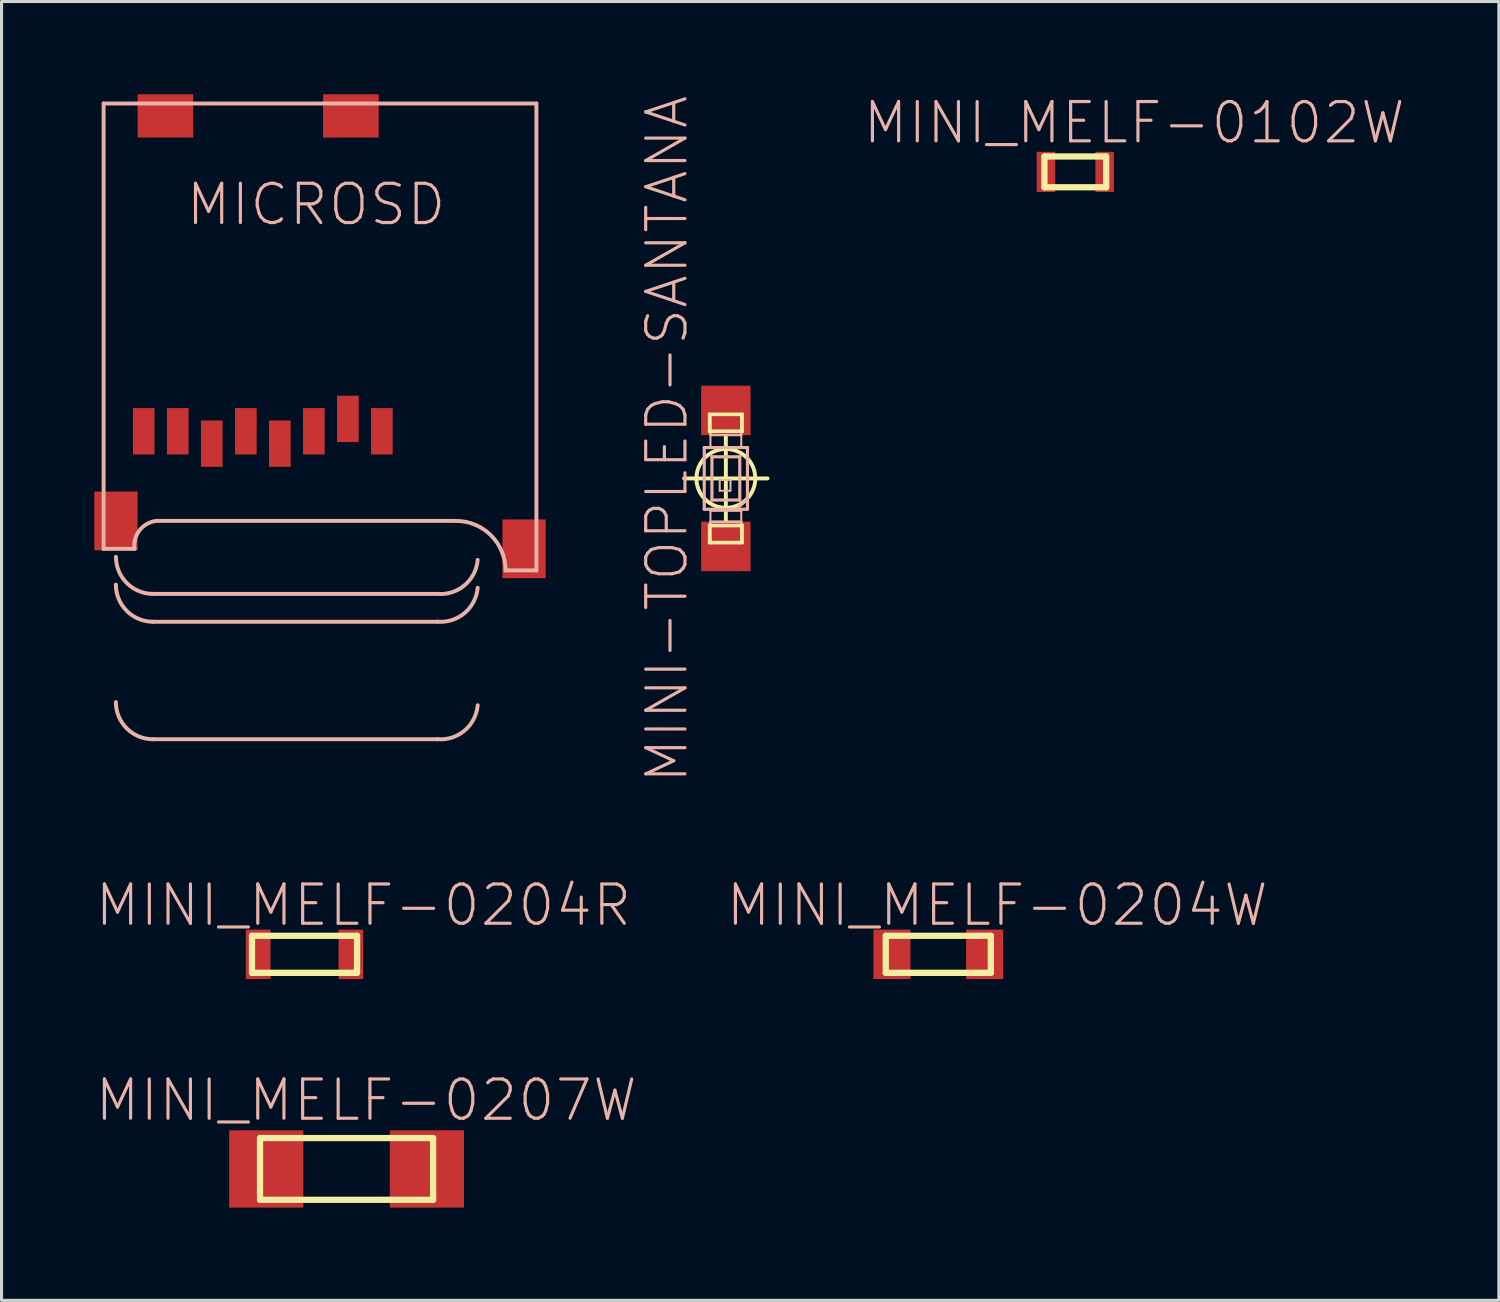
<source format=kicad_pcb>
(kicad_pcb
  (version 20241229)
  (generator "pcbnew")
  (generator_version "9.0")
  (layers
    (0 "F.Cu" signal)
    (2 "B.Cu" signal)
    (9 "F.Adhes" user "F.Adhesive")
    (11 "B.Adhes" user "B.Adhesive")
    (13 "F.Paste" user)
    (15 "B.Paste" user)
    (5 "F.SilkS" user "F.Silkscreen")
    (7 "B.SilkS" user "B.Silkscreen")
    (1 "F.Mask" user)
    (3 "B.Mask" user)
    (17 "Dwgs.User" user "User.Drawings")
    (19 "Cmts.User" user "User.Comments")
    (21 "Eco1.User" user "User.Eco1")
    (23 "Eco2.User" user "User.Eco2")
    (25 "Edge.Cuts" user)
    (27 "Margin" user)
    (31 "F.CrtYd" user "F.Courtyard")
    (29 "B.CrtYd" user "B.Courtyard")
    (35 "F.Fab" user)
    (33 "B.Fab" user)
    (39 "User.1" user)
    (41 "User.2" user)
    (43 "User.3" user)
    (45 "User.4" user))
  (footprint "MINI_MELF-0102W"
    (layer "F.Cu")
    (at 31.728 2.509)
    (property "Reference" "MINI_MELF-0102W" (at 1.905 -1.587 0) (layer "B.SilkS") (effects (font (size 1.27 1.27) (thickness 0.102))))
    (attr smd)
    (fp_line (start -0.998 -0.498) (end -0.998 0.498) (stroke (width 0.203) (type solid)) (layer "F.SilkS"))
    (fp_line (start -0.998 0.498) (end 0.998 0.498) (stroke (width 0.203) (type solid)) (layer "F.SilkS"))
    (fp_line (start 0.998 -0.498) (end -0.998 -0.498) (stroke (width 0.203) (type solid)) (layer "F.SilkS"))
    (fp_line (start 0.998 0.498) (end 0.998 -0.498) (stroke (width 0.203) (type solid)) (layer "F.SilkS"))
    (pad "1" smd rect (at -0.95 0) (size 0.599 1.298) (layers "F.Cu" "F.Mask" "F.Paste"))
    (pad "2" smd rect (at 0.95 0) (size 0.599 1.298) (layers "F.Cu" "F.Mask" "F.Paste")))
  (footprint "MINI_MELF-0204W"
    (layer "F.Cu")
    (at 27.297 27.815)
    (property "Reference" "MINI_MELF-0204W" (at 1.905 -1.587 0) (layer "B.SilkS") (effects (font (size 1.27 1.27) (thickness 0.102))))
    (attr smd)
    (fp_line (start -1.699 -0.599) (end -1.699 0.599) (stroke (width 0.203) (type solid)) (layer "F.SilkS"))
    (fp_line (start -1.699 0.599) (end 1.699 0.599) (stroke (width 0.203) (type solid)) (layer "F.SilkS"))
    (fp_line (start 1.699 -0.599) (end -1.699 -0.599) (stroke (width 0.203) (type solid)) (layer "F.SilkS"))
    (fp_line (start 1.699 0.599) (end 1.699 -0.599) (stroke (width 0.203) (type solid)) (layer "F.SilkS"))
    (pad "1" smd rect (at -1.499 0) (size 1.199 1.598) (layers "F.Cu" "F.Mask" "F.Paste"))
    (pad "2" smd rect (at 1.499 0) (size 1.199 1.598) (layers "F.Cu" "F.Mask" "F.Paste")))
  (footprint "MINI-TOPLED-SANTANA"
    (layer "F.Cu")
    (at 20.426 12.423)
    (property "Reference" "MINI-TOPLED-SANTANA" (at -1.905 -1.27 90) (layer "B.SilkS") (effects (font (size 1.27 1.27) (thickness 0.102))))
    (attr smd)
    (fp_line (start -1.349 0) (end 1.349 0) (stroke (width 0.127) (type solid)) (layer "F.SilkS"))
    (fp_line (start -0.549 -2.098) (end 0.549 -2.098) (stroke (width 0.066) (type solid)) (layer "F.SilkS"))
    (fp_line (start -0.549 -1.499) (end -0.549 -2.098) (stroke (width 0.066) (type solid)) (layer "F.SilkS"))
    (fp_line (start -0.549 -1.499) (end 0.549 -1.499) (stroke (width 0.066) (type solid)) (layer "F.SilkS"))
    (fp_line (start -0.549 1.499) (end 0.549 1.499) (stroke (width 0.066) (type solid)) (layer "F.SilkS"))
    (fp_line (start -0.549 2.098) (end -0.549 1.499) (stroke (width 0.066) (type solid)) (layer "F.SilkS"))
    (fp_line (start -0.549 2.098) (end 0.549 2.098) (stroke (width 0.066) (type solid)) (layer "F.SilkS"))
    (fp_line (start -0.498 -2.05) (end 0.498 -2.05) (stroke (width 0.066) (type solid)) (layer "F.SilkS"))
    (fp_line (start -0.498 -2.05) (end 0.498 -2.05) (stroke (width 0.066) (type solid)) (layer "F.SilkS"))
    (fp_line (start -0.498 -1.549) (end -0.498 -2.05) (stroke (width 0.066) (type solid)) (layer "F.SilkS"))
    (fp_line (start -0.498 -1.549) (end 0.498 -1.549) (stroke (width 0.066) (type solid)) (layer "F.SilkS"))
    (fp_line (start -0.498 -1.4) (end -0.498 -2.05) (stroke (width 0.066) (type solid)) (layer "F.SilkS"))
    (fp_line (start -0.498 -1.4) (end 0.498 -1.4) (stroke (width 0.066) (type solid)) (layer "F.SilkS"))
    (fp_line (start -0.498 1.4) (end 0.498 1.4) (stroke (width 0.066) (type solid)) (layer "F.SilkS"))
    (fp_line (start -0.498 1.549) (end 0.498 1.549) (stroke (width 0.066) (type solid)) (layer "F.SilkS"))
    (fp_line (start -0.498 2.05) (end -0.498 1.549) (stroke (width 0.066) (type solid)) (layer "F.SilkS"))
    (fp_line (start -0.498 2.05) (end 0.498 2.05) (stroke (width 0.066) (type solid)) (layer "F.SilkS"))
    (fp_line (start -0.498 2.098) (end -0.498 1.4) (stroke (width 0.066) (type solid)) (layer "F.SilkS"))
    (fp_line (start -0.498 2.098) (end 0.498 2.098) (stroke (width 0.066) (type solid)) (layer "F.SilkS"))
    (fp_line (start 0 1.349) (end 0 -1.349) (stroke (width 0.127) (type solid)) (layer "F.SilkS"))
    (fp_line (start 0.498 -1.549) (end 0.498 -2.05) (stroke (width 0.066) (type solid)) (layer "F.SilkS"))
    (fp_line (start 0.498 -1.4) (end 0.498 -2.05) (stroke (width 0.066) (type solid)) (layer "F.SilkS"))
    (fp_line (start 0.498 2.05) (end 0.498 1.549) (stroke (width 0.066) (type solid)) (layer "F.SilkS"))
    (fp_line (start 0.498 2.098) (end 0.498 1.4) (stroke (width 0.066) (type solid)) (layer "F.SilkS"))
    (fp_line (start 0.549 -1.499) (end 0.549 -2.098) (stroke (width 0.066) (type solid)) (layer "F.SilkS"))
    (fp_line (start 0.549 2.098) (end 0.549 1.499) (stroke (width 0.066) (type solid)) (layer "F.SilkS"))
    (fp_circle (center 0 0) (end -0.673 0.673) (stroke (width 0.127) (type solid)) (fill no) (layer "F.SilkS"))
    (fp_line (start -0.699 -0.998) (end 0.699 -0.998) (stroke (width 0.102) (type solid)) (layer "B.SilkS"))
    (fp_line (start -0.699 0.749) (end -0.699 -0.998) (stroke (width 0.102) (type solid)) (layer "B.SilkS"))
    (fp_line (start -0.699 0.998) (end -0.699 0.749) (stroke (width 0.102) (type solid)) (layer "B.SilkS"))
    (fp_line (start -0.498 -1.4) (end 0.498 -1.4) (stroke (width 0.066) (type solid)) (layer "B.SilkS"))
    (fp_line (start -0.498 -0.998) (end -0.498 -1.4) (stroke (width 0.066) (type solid)) (layer "B.SilkS"))
    (fp_line (start -0.498 -0.998) (end 0.498 -0.998) (stroke (width 0.066) (type solid)) (layer "B.SilkS"))
    (fp_line (start -0.498 1.049) (end 0.498 1.049) (stroke (width 0.066) (type solid)) (layer "B.SilkS"))
    (fp_line (start -0.498 1.4) (end -0.498 1.049) (stroke (width 0.066) (type solid)) (layer "B.SilkS"))
    (fp_line (start -0.498 1.4) (end 0.498 1.4) (stroke (width 0.066) (type solid)) (layer "B.SilkS"))
    (fp_line (start -0.45 -0.699) (end 0.45 -0.699) (stroke (width 0.102) (type solid)) (layer "B.SilkS"))
    (fp_line (start -0.45 0.699) (end -0.45 -0.699) (stroke (width 0.102) (type solid)) (layer "B.SilkS"))
    (fp_line (start -0.45 0.998) (end -0.699 0.998) (stroke (width 0.102) (type solid)) (layer "B.SilkS"))
    (fp_line (start -0.198 0.048) (end 0.15 0.048) (stroke (width 0.066) (type solid)) (layer "B.SilkS"))
    (fp_line (start -0.198 0.399) (end -0.198 0.048) (stroke (width 0.066) (type solid)) (layer "B.SilkS"))
    (fp_line (start -0.198 0.399) (end 0.15 0.399) (stroke (width 0.066) (type solid)) (layer "B.SilkS"))
    (fp_line (start 0.15 0.399) (end 0.15 0.048) (stroke (width 0.066) (type solid)) (layer "B.SilkS"))
    (fp_line (start 0.348 0.998) (end -0.45 0.998) (stroke (width 0.102) (type solid)) (layer "B.SilkS"))
    (fp_line (start 0.45 -0.699) (end 0.45 0.699) (stroke (width 0.102) (type solid)) (layer "B.SilkS"))
    (fp_line (start 0.45 0.699) (end -0.45 0.699) (stroke (width 0.102) (type solid)) (layer "B.SilkS"))
    (fp_line (start 0.498 -0.998) (end 0.498 -1.4) (stroke (width 0.066) (type solid)) (layer "B.SilkS"))
    (fp_line (start 0.498 1.4) (end 0.498 1.049) (stroke (width 0.066) (type solid)) (layer "B.SilkS"))
    (fp_line (start 0.699 -0.998) (end 0.699 0.648) (stroke (width 0.102) (type solid)) (layer "B.SilkS"))
    (fp_line (start 0.699 0.648) (end 0.348 0.998) (stroke (width 0.102) (type solid)) (layer "B.SilkS"))
    (fp_line (start 0.699 0.648) (end 0.699 0.998) (stroke (width 0.102) (type solid)) (layer "B.SilkS"))
    (fp_line (start 0.699 0.998) (end 0.348 0.998) (stroke (width 0.102) (type solid)) (layer "B.SilkS"))
    (pad "A" smd rect (at 0 -2.2) (size 1.598 1.598) (layers "F.Cu" "F.Mask" "F.Paste"))
    (pad "C" smd rect (at 0 2.2) (size 1.598 1.598) (layers "F.Cu" "F.Mask" "F.Paste")))
  (footprint "MICROSD"
    (layer "F.Cu")
    (at 0.301 0.26)
    (property "Reference" "MICROSD" (at 6.873 3.305 0) (layer "B.SilkS") (effects (font (size 1.27 1.27) (thickness 0.102))))
    (attr smd)
    (fp_line (start 0 0.038) (end 0 14.44) (stroke (width 0.127) (type solid)) (layer "B.SilkS"))
    (fp_line (start 0 14.44) (end 0.998 14.44) (stroke (width 0.127) (type solid)) (layer "B.SilkS"))
    (fp_line (start 1.598 15.898) (end 10.798 15.898) (stroke (width 0.127) (type solid)) (layer "B.SilkS"))
    (fp_line (start 1.598 16.8) (end 10.798 16.8) (stroke (width 0.127) (type solid)) (layer "B.SilkS"))
    (fp_line (start 1.598 20.599) (end 10.798 20.599) (stroke (width 0.127) (type solid)) (layer "B.SilkS"))
    (fp_line (start 1.699 13.538) (end 11.4 13.538) (stroke (width 0.127) (type solid)) (layer "B.SilkS"))
    (fp_line (start 13 15.138) (end 13.998 15.138) (stroke (width 0.127) (type solid)) (layer "B.SilkS"))
    (fp_line (start 13.998 0.038) (end 0 0.038) (stroke (width 0.127) (type solid)) (layer "B.SilkS"))
    (fp_line (start 13.998 15.138) (end 13.998 0.038) (stroke (width 0.127) (type solid)) (layer "B.SilkS"))
    (fp_arc (start 0.99822 14.4399) (mid 1.160722 13.844386) (end 1.69672 13.5382) (stroke (width 0.127) (type solid)) (layer "B.SilkS"))
    (fp_arc (start 1.59766 15.89786) (mid 0.749924 15.546716) (end 0.39878 14.69898) (stroke (width 0.127) (type solid)) (layer "B.SilkS"))
    (fp_arc (start 1.59766 16.79956) (mid 0.748128 16.447672) (end 0.39624 15.59814) (stroke (width 0.127) (type solid)) (layer "B.SilkS"))
    (fp_arc (start 1.59766 20.5994) (mid 0.748128 20.247512) (end 0.39624 19.39798) (stroke (width 0.127) (type solid)) (layer "B.SilkS"))
    (fp_arc (start 11.39952 13.5382) (mid 12.531032 14.006888) (end 12.99972 15.1384) (stroke (width 0.127) (type solid)) (layer "B.SilkS"))
    (fp_arc (start 12.09802 14.79804) (mid 11.67683 15.616762) (end 10.80008 15.89786) (stroke (width 0.127) (type solid)) (layer "B.SilkS"))
    (fp_arc (start 12.09802 15.69974) (mid 11.675034 16.517718) (end 10.79754 16.79702) (stroke (width 0.127) (type solid)) (layer "B.SilkS"))
    (fp_arc (start 12.09802 19.49958) (mid 11.675034 20.317558) (end 10.79754 20.59686) (stroke (width 0.127) (type solid)) (layer "B.SilkS"))
    (pad "1" smd rect (at 8.999 10.638) (size 0.699 1.499) (layers "F.Cu" "F.Mask" "F.Paste"))
    (pad "2" smd rect (at 7.899 10.239) (size 0.699 1.499) (layers "F.Cu" "F.Mask" "F.Paste"))
    (pad "3" smd rect (at 6.8 10.638) (size 0.699 1.499) (layers "F.Cu" "F.Mask" "F.Paste"))
    (pad "4" smd rect (at 5.7 11.039) (size 0.699 1.499) (layers "F.Cu" "F.Mask" "F.Paste"))
    (pad "5" smd rect (at 4.6 10.638) (size 0.699 1.499) (layers "F.Cu" "F.Mask" "F.Paste"))
    (pad "6" smd rect (at 3.498 11.039) (size 0.699 1.499) (layers "F.Cu" "F.Mask" "F.Paste"))
    (pad "7" smd rect (at 2.398 10.638) (size 0.699 1.499) (layers "F.Cu" "F.Mask" "F.Paste"))
    (pad "8" smd rect (at 1.298 10.638) (size 0.699 1.499) (layers "F.Cu" "F.Mask" "F.Paste"))
    (pad "CD1" smd rect (at 1.999 0.439 90) (size 1.4 1.798) (layers "F.Cu" "F.Mask" "F.Paste"))
    (pad "CD2" smd rect (at 7.998 0.439 90) (size 1.4 1.798) (layers "F.Cu" "F.Mask" "F.Paste"))
    (pad "MT1" smd rect (at 0.399 13.538) (size 1.4 1.9) (layers "F.Cu" "F.Mask" "F.Paste"))
    (pad "MT2" smd rect (at 13.599 14.44) (size 1.4 1.9) (layers "F.Cu" "F.Mask" "F.Paste")))
  (footprint "MINI_MELF-0207W"
    (layer "F.Cu")
    (at 8.159 34.757)
    (property "Reference" "MINI_MELF-0207W" (at 0.635 -2.223 0) (layer "B.SilkS") (effects (font (size 1.27 1.27) (thickness 0.102))))
    (attr smd)
    (fp_line (start -2.799 -0.998) (end -2.799 0.998) (stroke (width 0.203) (type solid)) (layer "F.SilkS"))
    (fp_line (start -2.799 0.998) (end 2.799 0.998) (stroke (width 0.203) (type solid)) (layer "F.SilkS"))
    (fp_line (start 2.799 -0.998) (end -2.799 -0.998) (stroke (width 0.203) (type solid)) (layer "F.SilkS"))
    (fp_line (start 2.799 0.998) (end 2.799 -0.998) (stroke (width 0.203) (type solid)) (layer "F.SilkS"))
    (pad "1" smd rect (at -2.598 0) (size 2.398 2.499) (layers "F.Cu" "F.Mask" "F.Paste"))
    (pad "2" smd rect (at 2.598 0) (size 2.398 2.499) (layers "F.Cu" "F.Mask" "F.Paste")))
  (footprint "MINI_MELF-0204R"
    (layer "F.Cu")
    (at 6.799 27.815)
    (property "Reference" "MINI_MELF-0204R" (at 1.905 -1.587 0) (layer "B.SilkS") (effects (font (size 1.27 1.27) (thickness 0.102))))
    (attr smd)
    (fp_line (start -1.699 -0.599) (end -1.699 0.599) (stroke (width 0.203) (type solid)) (layer "F.SilkS"))
    (fp_line (start -1.699 0.599) (end 1.699 0.599) (stroke (width 0.203) (type solid)) (layer "F.SilkS"))
    (fp_line (start 1.699 -0.599) (end -1.699 -0.599) (stroke (width 0.203) (type solid)) (layer "F.SilkS"))
    (fp_line (start 1.699 0.599) (end 1.699 -0.599) (stroke (width 0.203) (type solid)) (layer "F.SilkS"))
    (pad "1" smd rect (at -1.499 0) (size 0.798 1.598) (layers "F.Cu" "F.Mask" "F.Paste"))
    (pad "2" smd rect (at 1.499 0) (size 0.798 1.598) (layers "F.Cu" "F.Mask" "F.Paste")))
  (gr_rect
    (start -3 -3)
    (end 45.427 39.007)
    (stroke (width 0.1) (type default))
    (fill no)
    (layer "Edge.Cuts")))
</source>
